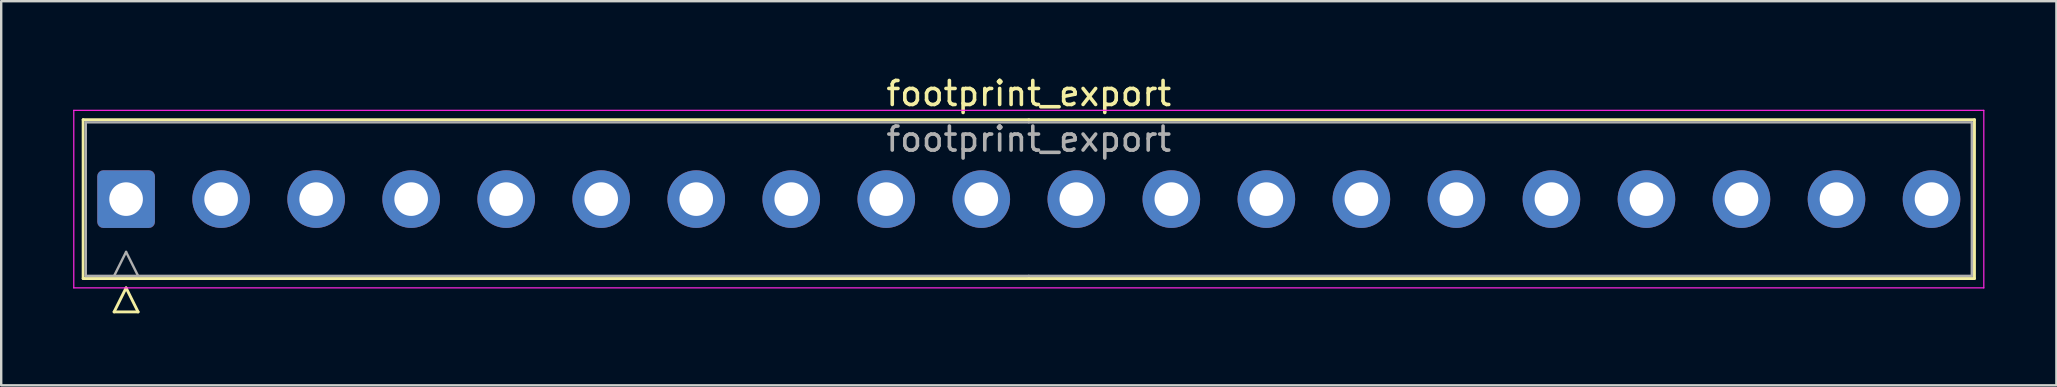
<source format=kicad_pcb>
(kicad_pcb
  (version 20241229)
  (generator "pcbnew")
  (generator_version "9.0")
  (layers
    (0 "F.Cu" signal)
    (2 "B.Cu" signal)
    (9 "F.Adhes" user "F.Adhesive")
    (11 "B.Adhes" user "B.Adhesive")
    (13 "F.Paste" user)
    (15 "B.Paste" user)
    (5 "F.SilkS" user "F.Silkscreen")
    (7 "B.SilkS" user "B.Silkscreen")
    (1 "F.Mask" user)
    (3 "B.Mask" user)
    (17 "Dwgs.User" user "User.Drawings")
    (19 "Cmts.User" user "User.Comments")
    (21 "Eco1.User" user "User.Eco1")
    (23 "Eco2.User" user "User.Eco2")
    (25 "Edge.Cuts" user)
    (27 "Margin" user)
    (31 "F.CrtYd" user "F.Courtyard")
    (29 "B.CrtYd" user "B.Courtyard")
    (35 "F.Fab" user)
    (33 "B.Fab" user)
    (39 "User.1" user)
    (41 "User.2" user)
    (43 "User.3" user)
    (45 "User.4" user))
  (footprint "footprint_export"
    (layer "F.Cu")
    (at 2.205 5.248)
    (property "Reference" "footprint_export" (at 37.62 -4.4 0) (layer "F.SilkS") (effects (font (size 1 1) (thickness 0.15))))
    (attr through_hole)
    (fp_line (start -1.79 -3.31) (end -1.79 3.31) (stroke (width 0.12) (type solid)) (layer "F.SilkS"))
    (fp_line (start -1.79 3.31) (end 37.62 3.31) (stroke (width 0.12) (type solid)) (layer "F.SilkS"))
    (fp_line (start -0.5 4.7) (end 0 3.7) (stroke (width 0.12) (type solid)) (layer "F.SilkS"))
    (fp_line (start 0 3.7) (end 0.5 4.7) (stroke (width 0.12) (type solid)) (layer "F.SilkS"))
    (fp_line (start 0.5 4.7) (end -0.5 4.7) (stroke (width 0.12) (type solid)) (layer "F.SilkS"))
    (fp_line (start 37.62 -3.31) (end -1.79 -3.31) (stroke (width 0.12) (type solid)) (layer "F.SilkS"))
    (fp_line (start 37.62 -3.31) (end 77.03 -3.31) (stroke (width 0.12) (type solid)) (layer "F.SilkS"))
    (fp_line (start 77.03 -3.31) (end 77.03 3.31) (stroke (width 0.12) (type solid)) (layer "F.SilkS"))
    (fp_line (start 77.03 3.31) (end 37.62 3.31) (stroke (width 0.12) (type solid)) (layer "F.SilkS"))
    (fp_line (start -2.18 -3.7) (end -2.18 3.7) (stroke (width 0.05) (type solid)) (layer "F.CrtYd"))
    (fp_line (start -2.18 3.7) (end 77.42 3.7) (stroke (width 0.05) (type solid)) (layer "F.CrtYd"))
    (fp_line (start 77.42 -3.7) (end -2.18 -3.7) (stroke (width 0.05) (type solid)) (layer "F.CrtYd"))
    (fp_line (start 77.42 3.7) (end 77.42 -3.7) (stroke (width 0.05) (type solid)) (layer "F.CrtYd"))
    (fp_line (start -1.68 -3.2) (end -1.68 3.2) (stroke (width 0.1) (type solid)) (layer "F.Fab"))
    (fp_line (start -1.68 3.2) (end 37.62 3.2) (stroke (width 0.1) (type solid)) (layer "F.Fab"))
    (fp_line (start -0.5 3.2) (end 0 2.2) (stroke (width 0.1) (type solid)) (layer "F.Fab"))
    (fp_line (start 0 2.2) (end 0.5 3.2) (stroke (width 0.1) (type solid)) (layer "F.Fab"))
    (fp_line (start 37.62 -3.2) (end -1.68 -3.2) (stroke (width 0.1) (type solid)) (layer "F.Fab"))
    (fp_line (start 37.62 -3.2) (end 76.92 -3.2) (stroke (width 0.1) (type solid)) (layer "F.Fab"))
    (fp_line (start 76.92 -3.2) (end 76.92 3.2) (stroke (width 0.1) (type solid)) (layer "F.Fab"))
    (fp_line (start 76.92 3.2) (end 37.62 3.2) (stroke (width 0.1) (type solid)) (layer "F.Fab"))
    (fp_text user "${REFERENCE}" (at 37.62 -2.5 0) (layer "F.Fab") (effects (font (size 1 1) (thickness 0.15))))
    (pad "1" thru_hole roundrect (at 0 0) (size 2.4 2.4) (drill 1.4) (layers "*.Cu" "*.Mask") (roundrect_rratio 0.104))
    (pad "2" thru_hole circle (at 3.96 0) (size 2.4 2.4) (drill 1.4) (layers "*.Cu" "*.Mask"))
    (pad "3" thru_hole circle (at 7.92 0) (size 2.4 2.4) (drill 1.4) (layers "*.Cu" "*.Mask"))
    (pad "4" thru_hole circle (at 11.88 0) (size 2.4 2.4) (drill 1.4) (layers "*.Cu" "*.Mask"))
    (pad "5" thru_hole circle (at 15.84 0) (size 2.4 2.4) (drill 1.4) (layers "*.Cu" "*.Mask"))
    (pad "6" thru_hole circle (at 19.8 0) (size 2.4 2.4) (drill 1.4) (layers "*.Cu" "*.Mask"))
    (pad "7" thru_hole circle (at 23.76 0) (size 2.4 2.4) (drill 1.4) (layers "*.Cu" "*.Mask"))
    (pad "8" thru_hole circle (at 27.72 0) (size 2.4 2.4) (drill 1.4) (layers "*.Cu" "*.Mask"))
    (pad "9" thru_hole circle (at 31.68 0) (size 2.4 2.4) (drill 1.4) (layers "*.Cu" "*.Mask"))
    (pad "10" thru_hole circle (at 35.64 0) (size 2.4 2.4) (drill 1.4) (layers "*.Cu" "*.Mask"))
    (pad "11" thru_hole circle (at 39.6 0) (size 2.4 2.4) (drill 1.4) (layers "*.Cu" "*.Mask"))
    (pad "12" thru_hole circle (at 43.56 0) (size 2.4 2.4) (drill 1.4) (layers "*.Cu" "*.Mask"))
    (pad "13" thru_hole circle (at 47.52 0) (size 2.4 2.4) (drill 1.4) (layers "*.Cu" "*.Mask"))
    (pad "14" thru_hole circle (at 51.48 0) (size 2.4 2.4) (drill 1.4) (layers "*.Cu" "*.Mask"))
    (pad "15" thru_hole circle (at 55.44 0) (size 2.4 2.4) (drill 1.4) (layers "*.Cu" "*.Mask"))
    (pad "16" thru_hole circle (at 59.4 0) (size 2.4 2.4) (drill 1.4) (layers "*.Cu" "*.Mask"))
    (pad "17" thru_hole circle (at 63.36 0) (size 2.4 2.4) (drill 1.4) (layers "*.Cu" "*.Mask"))
    (pad "18" thru_hole circle (at 67.32 0) (size 2.4 2.4) (drill 1.4) (layers "*.Cu" "*.Mask"))
    (pad "19" thru_hole circle (at 71.28 0) (size 2.4 2.4) (drill 1.4) (layers "*.Cu" "*.Mask"))
    (pad "20" thru_hole circle (at 75.24 0) (size 2.4 2.4) (drill 1.4) (layers "*.Cu" "*.Mask")))
  (gr_rect
    (start -3 -3)
    (end 82.65 13.008)
    (stroke (width 0.1) (type default))
    (fill no)
    (layer "Edge.Cuts")))
</source>
